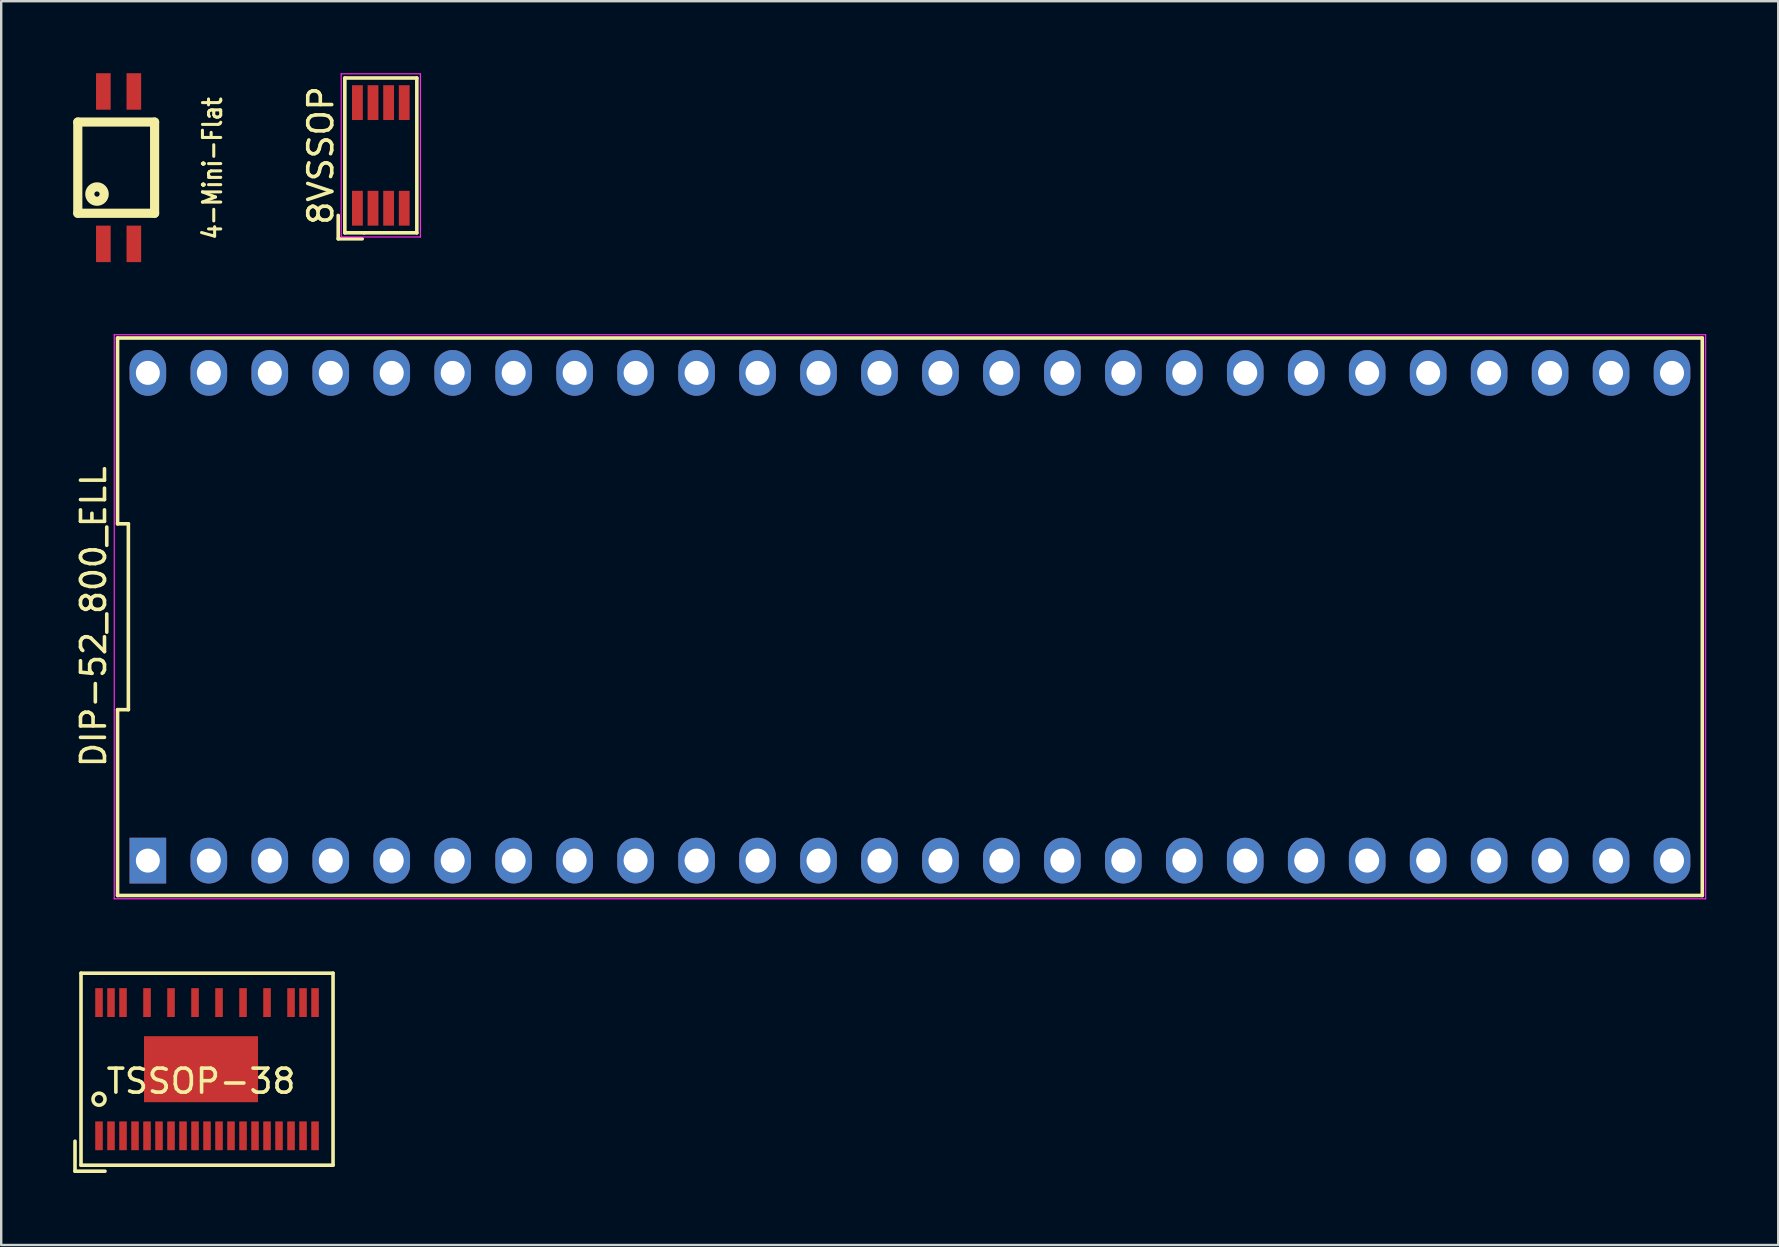
<source format=kicad_pcb>
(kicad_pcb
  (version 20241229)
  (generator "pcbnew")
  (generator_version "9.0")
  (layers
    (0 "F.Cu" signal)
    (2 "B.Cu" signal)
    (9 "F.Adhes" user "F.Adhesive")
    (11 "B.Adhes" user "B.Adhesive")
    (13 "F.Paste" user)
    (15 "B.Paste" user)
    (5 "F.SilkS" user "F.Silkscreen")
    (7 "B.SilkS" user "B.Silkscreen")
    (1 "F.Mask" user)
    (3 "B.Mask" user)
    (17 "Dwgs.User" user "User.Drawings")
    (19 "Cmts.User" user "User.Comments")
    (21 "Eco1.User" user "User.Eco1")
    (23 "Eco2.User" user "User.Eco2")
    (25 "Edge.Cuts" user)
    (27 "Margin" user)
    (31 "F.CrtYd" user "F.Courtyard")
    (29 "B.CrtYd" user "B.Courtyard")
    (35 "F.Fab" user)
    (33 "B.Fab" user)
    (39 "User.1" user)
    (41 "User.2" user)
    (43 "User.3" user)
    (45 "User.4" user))
  (footprint "8VSSOP"
    (layer "F.Cu")
    (at 12.816 3.425)
    (property "Reference" "8VSSOP" (at -2.5 0 90) (layer "F.SilkS") (effects (font (size 1 1) (thickness 0.15))))
    (attr smd)
    (fp_line (start -1.775 2.5) (end -1.775 3.475) (stroke (width 0.15) (type solid)) (layer "F.SilkS"))
    (fp_line (start -1.775 3.475) (end -0.775 3.475) (stroke (width 0.15) (type solid)) (layer "F.SilkS"))
    (fp_line (start -1.5 -3.225) (end 1.5 -3.225) (stroke (width 0.15) (type solid)) (layer "F.SilkS"))
    (fp_line (start -1.5 3.225) (end -1.5 -3.225) (stroke (width 0.15) (type solid)) (layer "F.SilkS"))
    (fp_line (start -0.7 3.225) (end -1.5 3.225) (stroke (width 0.15) (type solid)) (layer "F.SilkS"))
    (fp_line (start 1.5 -3.225) (end 1.5 3.225) (stroke (width 0.15) (type solid)) (layer "F.SilkS"))
    (fp_line (start 1.5 3.225) (end -0.7 3.225) (stroke (width 0.15) (type solid)) (layer "F.SilkS"))
    (fp_line (start -1.65 -3.4) (end 1.65 -3.4) (stroke (width 0.05) (type solid)) (layer "F.CrtYd"))
    (fp_line (start -1.65 3.4) (end -1.65 -3.4) (stroke (width 0.05) (type solid)) (layer "F.CrtYd"))
    (fp_line (start 1.65 -3.4) (end 1.65 3.4) (stroke (width 0.05) (type solid)) (layer "F.CrtYd"))
    (fp_line (start 1.65 3.4) (end -1.65 3.4) (stroke (width 0.05) (type solid)) (layer "F.CrtYd"))
    (pad "1" smd rect (at -0.975 2.2) (size 0.45 1.45) (layers "F.Cu" "F.Mask" "F.Paste"))
    (pad "2" smd rect (at -0.325 2.2) (size 0.45 1.45) (layers "F.Cu" "F.Mask" "F.Paste"))
    (pad "3" smd rect (at 0.325 2.2) (size 0.45 1.45) (layers "F.Cu" "F.Mask" "F.Paste"))
    (pad "4" smd rect (at 0.975 2.2) (size 0.45 1.45) (layers "F.Cu" "F.Mask" "F.Paste"))
    (pad "5" smd rect (at 0.975 -2.2) (size 0.45 1.45) (layers "F.Cu" "F.Mask" "F.Paste"))
    (pad "6" smd rect (at 0.325 -2.2) (size 0.45 1.45) (layers "F.Cu" "F.Mask" "F.Paste"))
    (pad "7" smd rect (at -0.325 -2.2) (size 0.45 1.45) (layers "F.Cu" "F.Mask" "F.Paste"))
    (pad "8" smd rect (at -0.975 -2.2) (size 0.45 1.45) (layers "F.Cu" "F.Mask" "F.Paste")))
  (footprint "DIP-52_800_ELL"
    (layer "F.Cu")
    (at 34.86 22.645)
    (property "Reference" "DIP-52_800_ELL" (at -34.012 0 90) (layer "F.SilkS") (effects (font (size 1 1) (thickness 0.15))))
    (attr through_hole)
    (fp_line (start -33.012 -11.613) (end -33.012 -3.871) (stroke (width 0.15) (type solid)) (layer "F.SilkS"))
    (fp_line (start -33.012 -3.871) (end -32.562 -3.871) (stroke (width 0.15) (type solid)) (layer "F.SilkS"))
    (fp_line (start -33.012 3.871) (end -33.012 11.612) (stroke (width 0.15) (type solid)) (layer "F.SilkS"))
    (fp_line (start -33.012 11.612) (end 33.012 11.613) (stroke (width 0.15) (type solid)) (layer "F.SilkS"))
    (fp_line (start -32.562 -3.871) (end -32.562 3.871) (stroke (width 0.15) (type solid)) (layer "F.SilkS"))
    (fp_line (start -32.562 3.871) (end -33.012 3.871) (stroke (width 0.15) (type solid)) (layer "F.SilkS"))
    (fp_line (start 33.012 -11.612) (end -33.012 -11.613) (stroke (width 0.15) (type solid)) (layer "F.SilkS"))
    (fp_line (start 33.012 11.613) (end 33.012 -11.612) (stroke (width 0.15) (type solid)) (layer "F.SilkS"))
    (fp_line (start -33.15 -11.75) (end 33.15 -11.75) (stroke (width 0.05) (type solid)) (layer "F.CrtYd"))
    (fp_line (start -33.15 11.75) (end -33.15 -11.75) (stroke (width 0.05) (type solid)) (layer "F.CrtYd"))
    (fp_line (start 33.15 -11.75) (end 33.15 11.75) (stroke (width 0.05) (type solid)) (layer "F.CrtYd"))
    (fp_line (start 33.15 11.75) (end -33.15 11.75) (stroke (width 0.05) (type solid)) (layer "F.CrtYd"))
    (pad "1" thru_hole rect (at -31.75 10.16) (size 1.524 1.905) (drill 1) (layers "*.Cu" "*.Mask"))
    (pad "2" thru_hole oval (at -29.21 10.16) (size 1.524 1.905) (drill 1) (layers "*.Cu" "*.Mask"))
    (pad "3" thru_hole oval (at -26.67 10.16) (size 1.524 1.905) (drill 1) (layers "*.Cu" "*.Mask"))
    (pad "4" thru_hole oval (at -24.13 10.16) (size 1.524 1.905) (drill 1) (layers "*.Cu" "*.Mask"))
    (pad "5" thru_hole oval (at -21.59 10.16) (size 1.524 1.905) (drill 1) (layers "*.Cu" "*.Mask"))
    (pad "6" thru_hole oval (at -19.05 10.16) (size 1.524 1.905) (drill 1) (layers "*.Cu" "*.Mask"))
    (pad "7" thru_hole oval (at -16.51 10.16) (size 1.524 1.905) (drill 1) (layers "*.Cu" "*.Mask"))
    (pad "8" thru_hole oval (at -13.97 10.16) (size 1.524 1.905) (drill 1) (layers "*.Cu" "*.Mask"))
    (pad "9" thru_hole oval (at -11.43 10.16) (size 1.524 1.905) (drill 1) (layers "*.Cu" "*.Mask"))
    (pad "10" thru_hole oval (at -8.89 10.16) (size 1.524 1.905) (drill 1) (layers "*.Cu" "*.Mask"))
    (pad "11" thru_hole oval (at -6.35 10.16) (size 1.524 1.905) (drill 1) (layers "*.Cu" "*.Mask"))
    (pad "12" thru_hole oval (at -3.81 10.16) (size 1.524 1.905) (drill 1) (layers "*.Cu" "*.Mask"))
    (pad "13" thru_hole oval (at -1.27 10.16) (size 1.524 1.905) (drill 1) (layers "*.Cu" "*.Mask"))
    (pad "14" thru_hole oval (at 1.27 10.16) (size 1.524 1.905) (drill 1) (layers "*.Cu" "*.Mask"))
    (pad "15" thru_hole oval (at 3.81 10.16) (size 1.524 1.905) (drill 1) (layers "*.Cu" "*.Mask"))
    (pad "16" thru_hole oval (at 6.35 10.16) (size 1.524 1.905) (drill 1) (layers "*.Cu" "*.Mask"))
    (pad "17" thru_hole oval (at 8.89 10.16) (size 1.524 1.905) (drill 1) (layers "*.Cu" "*.Mask"))
    (pad "18" thru_hole oval (at 11.43 10.16) (size 1.524 1.905) (drill 1) (layers "*.Cu" "*.Mask"))
    (pad "19" thru_hole oval (at 13.97 10.16) (size 1.524 1.905) (drill 1) (layers "*.Cu" "*.Mask"))
    (pad "20" thru_hole oval (at 16.51 10.16) (size 1.524 1.905) (drill 1) (layers "*.Cu" "*.Mask"))
    (pad "21" thru_hole oval (at 19.05 10.16) (size 1.524 1.905) (drill 1) (layers "*.Cu" "*.Mask"))
    (pad "22" thru_hole oval (at 21.59 10.16) (size 1.524 1.905) (drill 1) (layers "*.Cu" "*.Mask"))
    (pad "23" thru_hole oval (at 24.13 10.16) (size 1.524 1.905) (drill 1) (layers "*.Cu" "*.Mask"))
    (pad "24" thru_hole oval (at 26.67 10.16) (size 1.524 1.905) (drill 1) (layers "*.Cu" "*.Mask"))
    (pad "25" thru_hole oval (at 29.21 10.16) (size 1.524 1.905) (drill 1) (layers "*.Cu" "*.Mask"))
    (pad "26" thru_hole oval (at 31.75 10.16) (size 1.524 1.905) (drill 1) (layers "*.Cu" "*.Mask"))
    (pad "27" thru_hole oval (at 31.75 -10.16) (size 1.524 1.905) (drill 1) (layers "*.Cu" "*.Mask"))
    (pad "28" thru_hole oval (at 29.21 -10.16) (size 1.524 1.905) (drill 1) (layers "*.Cu" "*.Mask"))
    (pad "29" thru_hole oval (at 26.67 -10.16) (size 1.524 1.905) (drill 1) (layers "*.Cu" "*.Mask"))
    (pad "30" thru_hole oval (at 24.13 -10.16) (size 1.524 1.905) (drill 1) (layers "*.Cu" "*.Mask"))
    (pad "31" thru_hole oval (at 21.59 -10.16) (size 1.524 1.905) (drill 1) (layers "*.Cu" "*.Mask"))
    (pad "32" thru_hole oval (at 19.05 -10.16) (size 1.524 1.905) (drill 1) (layers "*.Cu" "*.Mask"))
    (pad "33" thru_hole oval (at 16.51 -10.16) (size 1.524 1.905) (drill 1) (layers "*.Cu" "*.Mask"))
    (pad "34" thru_hole oval (at 13.97 -10.16) (size 1.524 1.905) (drill 1) (layers "*.Cu" "*.Mask"))
    (pad "35" thru_hole oval (at 11.43 -10.16) (size 1.524 1.905) (drill 1) (layers "*.Cu" "*.Mask"))
    (pad "36" thru_hole oval (at 8.89 -10.16) (size 1.524 1.905) (drill 1) (layers "*.Cu" "*.Mask"))
    (pad "37" thru_hole oval (at 6.35 -10.16) (size 1.524 1.905) (drill 1) (layers "*.Cu" "*.Mask"))
    (pad "38" thru_hole oval (at 3.81 -10.16) (size 1.524 1.905) (drill 1) (layers "*.Cu" "*.Mask"))
    (pad "39" thru_hole oval (at 1.27 -10.16) (size 1.524 1.905) (drill 1) (layers "*.Cu" "*.Mask"))
    (pad "40" thru_hole oval (at -1.27 -10.16) (size 1.524 1.905) (drill 1) (layers "*.Cu" "*.Mask"))
    (pad "41" thru_hole oval (at -3.81 -10.16) (size 1.524 1.905) (drill 1) (layers "*.Cu" "*.Mask"))
    (pad "42" thru_hole oval (at -6.35 -10.16) (size 1.524 1.905) (drill 1) (layers "*.Cu" "*.Mask"))
    (pad "43" thru_hole oval (at -8.89 -10.16) (size 1.524 1.905) (drill 1) (layers "*.Cu" "*.Mask"))
    (pad "44" thru_hole oval (at -11.43 -10.16) (size 1.524 1.905) (drill 1) (layers "*.Cu" "*.Mask"))
    (pad "45" thru_hole oval (at -13.97 -10.16) (size 1.524 1.905) (drill 1) (layers "*.Cu" "*.Mask"))
    (pad "46" thru_hole oval (at -16.51 -10.16) (size 1.524 1.905) (drill 1) (layers "*.Cu" "*.Mask"))
    (pad "47" thru_hole oval (at -19.05 -10.16) (size 1.524 1.905) (drill 1) (layers "*.Cu" "*.Mask"))
    (pad "48" thru_hole oval (at -21.59 -10.16) (size 1.524 1.905) (drill 1) (layers "*.Cu" "*.Mask"))
    (pad "49" thru_hole oval (at -24.13 -10.16) (size 1.524 1.905) (drill 1) (layers "*.Cu" "*.Mask"))
    (pad "50" thru_hole oval (at -26.67 -10.16) (size 1.524 1.905) (drill 1) (layers "*.Cu" "*.Mask"))
    (pad "51" thru_hole oval (at -29.21 -10.16) (size 1.524 1.905) (drill 1) (layers "*.Cu" "*.Mask"))
    (pad "52" thru_hole oval (at -31.75 -10.16) (size 1.524 1.905) (drill 1) (layers "*.Cu" "*.Mask")))
  (footprint "TSSOP-38"
    (layer "F.Cu")
    (at 5.325 41.495)
    (property "Reference" "TSSOP-38" (at 0 0.5 0) (layer "F.SilkS") (effects (font (size 1 1) (thickness 0.15))))
    (attr through_hole)
    (fp_line (start -5.25 3) (end -5.25 4.25) (stroke (width 0.15) (type solid)) (layer "F.SilkS"))
    (fp_line (start -5.25 4.25) (end -4 4.25) (stroke (width 0.15) (type solid)) (layer "F.SilkS"))
    (fp_line (start -5 -4) (end 5.5 -4) (stroke (width 0.15) (type solid)) (layer "F.SilkS"))
    (fp_line (start -5 4) (end -5 -4) (stroke (width 0.15) (type solid)) (layer "F.SilkS"))
    (fp_line (start 5.5 -4) (end 5.5 4) (stroke (width 0.15) (type solid)) (layer "F.SilkS"))
    (fp_line (start 5.5 4) (end -5 4) (stroke (width 0.15) (type solid)) (layer "F.SilkS"))
    (fp_circle (center -4.25 1.25) (end -4 1.25) (stroke (width 0.15) (type solid)) (fill no) (layer "F.SilkS"))
    (pad "1" smd rect (at -4.25 2.775) (size 0.315 1.2) (layers "F.Cu" "F.Mask" "F.Paste"))
    (pad "2" smd rect (at -3.75 2.775) (size 0.315 1.2) (layers "F.Cu" "F.Mask" "F.Paste"))
    (pad "3" smd rect (at -3.25 2.775) (size 0.315 1.2) (layers "F.Cu" "F.Mask" "F.Paste"))
    (pad "4" smd rect (at -2.75 2.775) (size 0.315 1.2) (layers "F.Cu" "F.Mask" "F.Paste"))
    (pad "5" smd rect (at -2.25 2.775) (size 0.315 1.2) (layers "F.Cu" "F.Mask" "F.Paste"))
    (pad "6" smd rect (at -1.75 2.775) (size 0.315 1.2) (layers "F.Cu" "F.Mask" "F.Paste"))
    (pad "7" smd rect (at -1.25 2.775) (size 0.315 1.2) (layers "F.Cu" "F.Mask" "F.Paste"))
    (pad "8" smd rect (at -0.75 2.775) (size 0.315 1.2) (layers "F.Cu" "F.Mask" "F.Paste"))
    (pad "9" smd rect (at -0.25 2.775) (size 0.315 1.2) (layers "F.Cu" "F.Mask" "F.Paste"))
    (pad "10" smd rect (at 0.25 2.775) (size 0.315 1.2) (layers "F.Cu" "F.Mask" "F.Paste"))
    (pad "11" smd rect (at 0.75 2.775) (size 0.315 1.2) (layers "F.Cu" "F.Mask" "F.Paste"))
    (pad "12" smd rect (at 1.25 2.775) (size 0.315 1.2) (layers "F.Cu" "F.Mask" "F.Paste"))
    (pad "13" smd rect (at 1.75 2.775) (size 0.315 1.2) (layers "F.Cu" "F.Mask" "F.Paste"))
    (pad "14" smd rect (at 2.25 2.775) (size 0.315 1.2) (layers "F.Cu" "F.Mask" "F.Paste"))
    (pad "15" smd rect (at 2.75 2.775) (size 0.315 1.2) (layers "F.Cu" "F.Mask" "F.Paste"))
    (pad "16" smd rect (at 3.25 2.775) (size 0.315 1.2) (layers "F.Cu" "F.Mask" "F.Paste"))
    (pad "17" smd rect (at 3.75 2.775) (size 0.315 1.2) (layers "F.Cu" "F.Mask" "F.Paste"))
    (pad "18" smd rect (at 4.25 2.775) (size 0.315 1.2) (layers "F.Cu" "F.Mask" "F.Paste"))
    (pad "19" smd rect (at 4.75 2.775) (size 0.315 1.2) (layers "F.Cu" "F.Mask" "F.Paste"))
    (pad "20" smd rect (at 4.75 -2.775) (size 0.315 1.2) (layers "F.Cu" "F.Mask" "F.Paste"))
    (pad "21" smd rect (at 4.25 -2.775) (size 0.315 1.2) (layers "F.Cu" "F.Mask" "F.Paste"))
    (pad "22" smd rect (at 3.75 -2.775) (size 0.315 1.2) (layers "F.Cu" "F.Mask" "F.Paste"))
    (pad "24" smd rect (at 2.75 -2.775) (size 0.315 1.2) (layers "F.Cu" "F.Mask" "F.Paste"))
    (pad "26" smd rect (at 1.75 -2.775) (size 0.315 1.2) (layers "F.Cu" "F.Mask" "F.Paste"))
    (pad "28" smd rect (at 0.75 -2.775) (size 0.315 1.2) (layers "F.Cu" "F.Mask" "F.Paste"))
    (pad "30" smd rect (at -0.25 -2.775) (size 0.315 1.2) (layers "F.Cu" "F.Mask" "F.Paste"))
    (pad "32" smd rect (at -1.25 -2.775) (size 0.315 1.2) (layers "F.Cu" "F.Mask" "F.Paste"))
    (pad "34" smd rect (at -2.25 -2.775) (size 0.315 1.2) (layers "F.Cu" "F.Mask" "F.Paste"))
    (pad "36" smd rect (at -3.25 -2.775) (size 0.315 1.2) (layers "F.Cu" "F.Mask" "F.Paste"))
    (pad "37" smd rect (at -3.75 -2.775) (size 0.315 1.2) (layers "F.Cu" "F.Mask" "F.Paste"))
    (pad "38" smd rect (at -4.25 -2.775) (size 0.315 1.2) (layers "F.Cu" "F.Mask" "F.Paste"))
    (pad "39" smd rect (at 0 0) (size 4.75 2.75) (layers "F.Cu" "F.Mask" "F.Paste")))
  (footprint "4-Mini-Flat"
    (layer "F.Cu")
    (at 1.891 3.935)
    (property "Reference" "4-Mini-Flat" (at 3.909 0.027 270) (layer "F.SilkS") (effects (font (size 0.762 0.635) (thickness 0.127))))
    (attr through_hole)
    (fp_line (start -1.7 -1.9) (end -1.7 1.9) (stroke (width 0.381) (type solid)) (layer "F.SilkS"))
    (fp_line (start -1.7 1.9) (end 1.5 1.9) (stroke (width 0.381) (type solid)) (layer "F.SilkS"))
    (fp_line (start 1.5 -1.9) (end -1.7 -1.9) (stroke (width 0.381) (type solid)) (layer "F.SilkS"))
    (fp_line (start 1.5 1.9) (end 1.5 -1.9) (stroke (width 0.381) (type solid)) (layer "F.SilkS"))
    (fp_circle (center -0.9 1.1) (end -1.2 1.1) (stroke (width 0.381) (type solid)) (fill no) (layer "F.SilkS"))
    (pad "1" smd rect (at -0.635 3.175) (size 0.61 1.52) (layers "F.Cu" "F.Mask" "F.Paste"))
    (pad "2" smd rect (at 0.635 3.175) (size 0.61 1.52) (layers "F.Cu" "F.Mask" "F.Paste"))
    (pad "3" smd rect (at 0.635 -3.175) (size 0.61 1.52) (layers "F.Cu" "F.Mask" "F.Paste"))
    (pad "4" smd rect (at -0.635 -3.175) (size 0.61 1.52) (layers "F.Cu" "F.Mask" "F.Paste")))
  (gr_rect
    (start -3 -3)
    (end 71.035 48.82)
    (stroke (width 0.1) (type default))
    (fill no)
    (layer "Edge.Cuts")))
</source>
